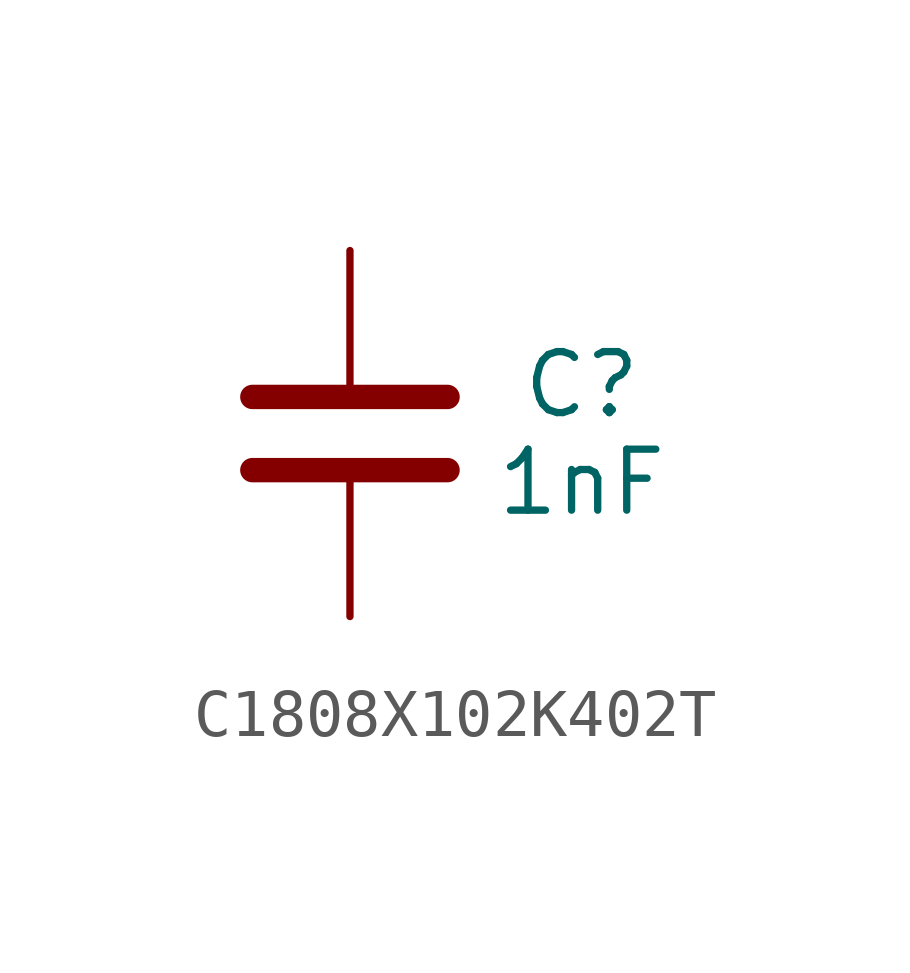
<source format=kicad_sym>
(kicad_symbol_lib
  (version 20241209)
  (generator "kicad_symbol_editor")
  (generator_version "9.0")
  (symbol "C1808X102K402T"
    (property "Reference" "C"
      (at 4.826 1.016 0)
      (effects (font (size 1.27 1.27))))
    (property "Value" "1nF"
      (at 4.826 -1.016 0)
      (effects (font (size 1.27 1.27))))
    (symbol "C1808X102K402T_0_1"
      (polyline (pts (xy -2.032 0.762) (xy 2.032 0.762)) (stroke (width 0.508) (type default)) (fill (type none)))
      (polyline (pts (xy -2.032 -0.762) (xy 2.032 -0.762)) (stroke (width 0.508) (type default)) (fill (type none))))
    (symbol "C1808X102K402T_1_1"
      (pin passive line (at 0 3.81 270) (length 2.794) (name "~" (effects (font (size 1.27 1.27)))) (number "1" (effects (font (size 0 0)))))
      (pin passive line (at 0 -3.81 90) (length 2.794) (name "~" (effects (font (size 1.27 1.27)))) (number "2" (effects (font (size 0 0))))))))
</source>
